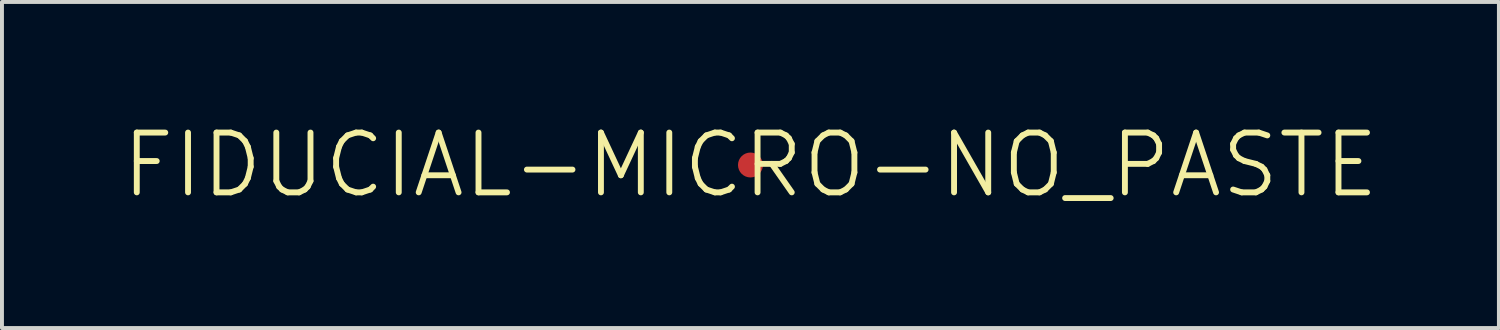
<source format=kicad_pcb>
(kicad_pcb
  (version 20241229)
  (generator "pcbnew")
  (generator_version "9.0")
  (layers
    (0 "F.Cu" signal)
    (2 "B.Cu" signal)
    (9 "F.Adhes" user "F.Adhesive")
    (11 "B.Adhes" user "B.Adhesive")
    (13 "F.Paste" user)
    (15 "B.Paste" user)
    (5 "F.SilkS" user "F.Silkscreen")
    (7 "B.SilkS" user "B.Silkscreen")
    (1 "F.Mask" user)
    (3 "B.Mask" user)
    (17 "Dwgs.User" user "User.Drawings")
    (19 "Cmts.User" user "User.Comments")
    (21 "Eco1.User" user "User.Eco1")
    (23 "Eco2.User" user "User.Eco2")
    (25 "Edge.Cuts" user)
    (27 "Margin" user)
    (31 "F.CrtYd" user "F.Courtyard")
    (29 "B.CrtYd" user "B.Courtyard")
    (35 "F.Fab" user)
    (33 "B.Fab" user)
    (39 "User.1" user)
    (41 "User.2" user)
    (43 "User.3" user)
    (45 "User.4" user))
  (footprint "FIDUCIAL-MICRO-NO_PASTE"
    (layer "F.Cu")
    (at 16.075 1.155)
    (property "Reference" "FIDUCIAL-MICRO-NO_PASTE" (at 0 0 0) (layer "F.SilkS") (effects (font (size 1.524 1.524) (thickness 0.15))))
    (attr smd)
    (pad "1" smd circle (at 0 0) (size 0.635 0.635) (layers "F.Cu" "F.Mask")))
  (gr_rect
    (start -3 -3)
    (end 35.149 5.31)
    (stroke (width 0.1) (type default))
    (fill no)
    (layer "Edge.Cuts")))
</source>
